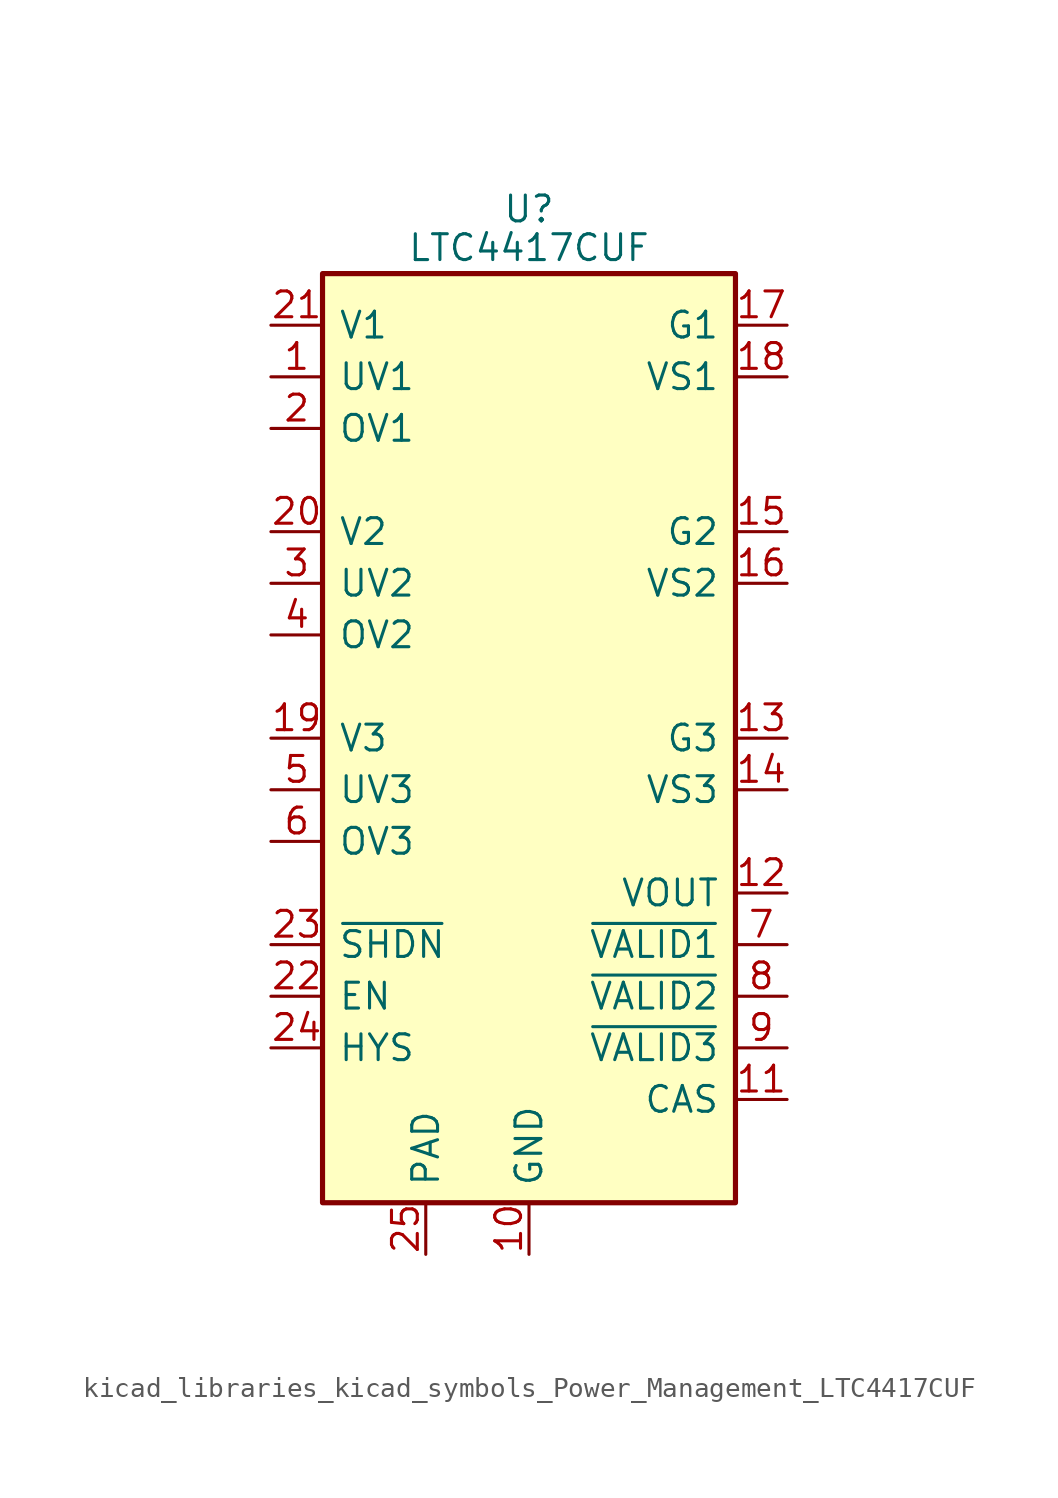
<source format=kicad_sym>
(kicad_symbol_lib
  (version 20220914)
  (generator kicad_symbol_editor)
  (symbol "kicad_libraries_kicad_symbols_Power_Management_LTC4417CUF"
    (pin_names
      (offset 0.762))
    (property "Reference" "U"
      (at 0 26.035 0)
      (effects (font (size 1.27 1.27))))
    (property "Value" "LTC4417CUF"
      (at 0 24.13 0)
      (effects (font (size 1.27 1.27))))
    (symbol "kicad_libraries_kicad_symbols_Power_Management_LTC4417CUF_0_1"
      (rectangle (start -10.16 22.86) (end 10.16 -22.86) (stroke (width 0.254) (type default)) (fill (type background))))
    (symbol "kicad_libraries_kicad_symbols_Power_Management_LTC4417CUF_1_1"
      (pin input line (at -12.7 17.78 0) (length 2.54) (name "UV1" (effects (font (size 1.27 1.27)))) (number "1" (effects (font (size 1.27 1.27)))))
      (pin power_in line (at 0 -25.4 90) (length 2.54) (name "GND" (effects (font (size 1.27 1.27)))) (number "10" (effects (font (size 1.27 1.27)))))
      (pin output line (at 12.7 -17.78 180) (length 2.54) (name "CAS" (effects (font (size 1.27 1.27)))) (number "11" (effects (font (size 1.27 1.27)))))
      (pin output line (at 12.7 -7.62 180) (length 2.54) (name "VOUT" (effects (font (size 1.27 1.27)))) (number "12" (effects (font (size 1.27 1.27)))))
      (pin output line (at 12.7 0 180) (length 2.54) (name "G3" (effects (font (size 1.27 1.27)))) (number "13" (effects (font (size 1.27 1.27)))))
      (pin output line (at 12.7 -2.54 180) (length 2.54) (name "VS3" (effects (font (size 1.27 1.27)))) (number "14" (effects (font (size 1.27 1.27)))))
      (pin output line (at 12.7 10.16 180) (length 2.54) (name "G2" (effects (font (size 1.27 1.27)))) (number "15" (effects (font (size 1.27 1.27)))))
      (pin output line (at 12.7 7.62 180) (length 2.54) (name "VS2" (effects (font (size 1.27 1.27)))) (number "16" (effects (font (size 1.27 1.27)))))
      (pin output line (at 12.7 20.32 180) (length 2.54) (name "G1" (effects (font (size 1.27 1.27)))) (number "17" (effects (font (size 1.27 1.27)))))
      (pin output line (at 12.7 17.78 180) (length 2.54) (name "VS1" (effects (font (size 1.27 1.27)))) (number "18" (effects (font (size 1.27 1.27)))))
      (pin input line (at -12.7 0 0) (length 2.54) (name "V3" (effects (font (size 1.27 1.27)))) (number "19" (effects (font (size 1.27 1.27)))))
      (pin input line (at -12.7 15.24 0) (length 2.54) (name "OV1" (effects (font (size 1.27 1.27)))) (number "2" (effects (font (size 1.27 1.27)))))
      (pin input line (at -12.7 10.16 0) (length 2.54) (name "V2" (effects (font (size 1.27 1.27)))) (number "20" (effects (font (size 1.27 1.27)))))
      (pin input line (at -12.7 20.32 0) (length 2.54) (name "V1" (effects (font (size 1.27 1.27)))) (number "21" (effects (font (size 1.27 1.27)))))
      (pin input line (at -12.7 -12.7 0) (length 2.54) (name "EN" (effects (font (size 1.27 1.27)))) (number "22" (effects (font (size 1.27 1.27)))))
      (pin input line (at -12.7 -10.16 0) (length 2.54) (name "~{SHDN}" (effects (font (size 1.27 1.27)))) (number "23" (effects (font (size 1.27 1.27)))))
      (pin input line (at -12.7 -15.24 0) (length 2.54) (name "HYS" (effects (font (size 1.27 1.27)))) (number "24" (effects (font (size 1.27 1.27)))))
      (pin power_in line (at -5.08 -25.4 90) (length 2.54) (name "PAD" (effects (font (size 1.27 1.27)))) (number "25" (effects (font (size 1.27 1.27)))))
      (pin input line (at -12.7 7.62 0) (length 2.54) (name "UV2" (effects (font (size 1.27 1.27)))) (number "3" (effects (font (size 1.27 1.27)))))
      (pin input line (at -12.7 5.08 0) (length 2.54) (name "OV2" (effects (font (size 1.27 1.27)))) (number "4" (effects (font (size 1.27 1.27)))))
      (pin input line (at -12.7 -2.54 0) (length 2.54) (name "UV3" (effects (font (size 1.27 1.27)))) (number "5" (effects (font (size 1.27 1.27)))))
      (pin input line (at -12.7 -5.08 0) (length 2.54) (name "OV3" (effects (font (size 1.27 1.27)))) (number "6" (effects (font (size 1.27 1.27)))))
      (pin open_collector line (at 12.7 -10.16 180) (length 2.54) (name "~{VALID1}" (effects (font (size 1.27 1.27)))) (number "7" (effects (font (size 1.27 1.27)))))
      (pin open_collector line (at 12.7 -12.7 180) (length 2.54) (name "~{VALID2}" (effects (font (size 1.27 1.27)))) (number "8" (effects (font (size 1.27 1.27)))))
      (pin open_collector line (at 12.7 -15.24 180) (length 2.54) (name "~{VALID3}" (effects (font (size 1.27 1.27)))) (number "9" (effects (font (size 1.27 1.27))))))))
</source>
